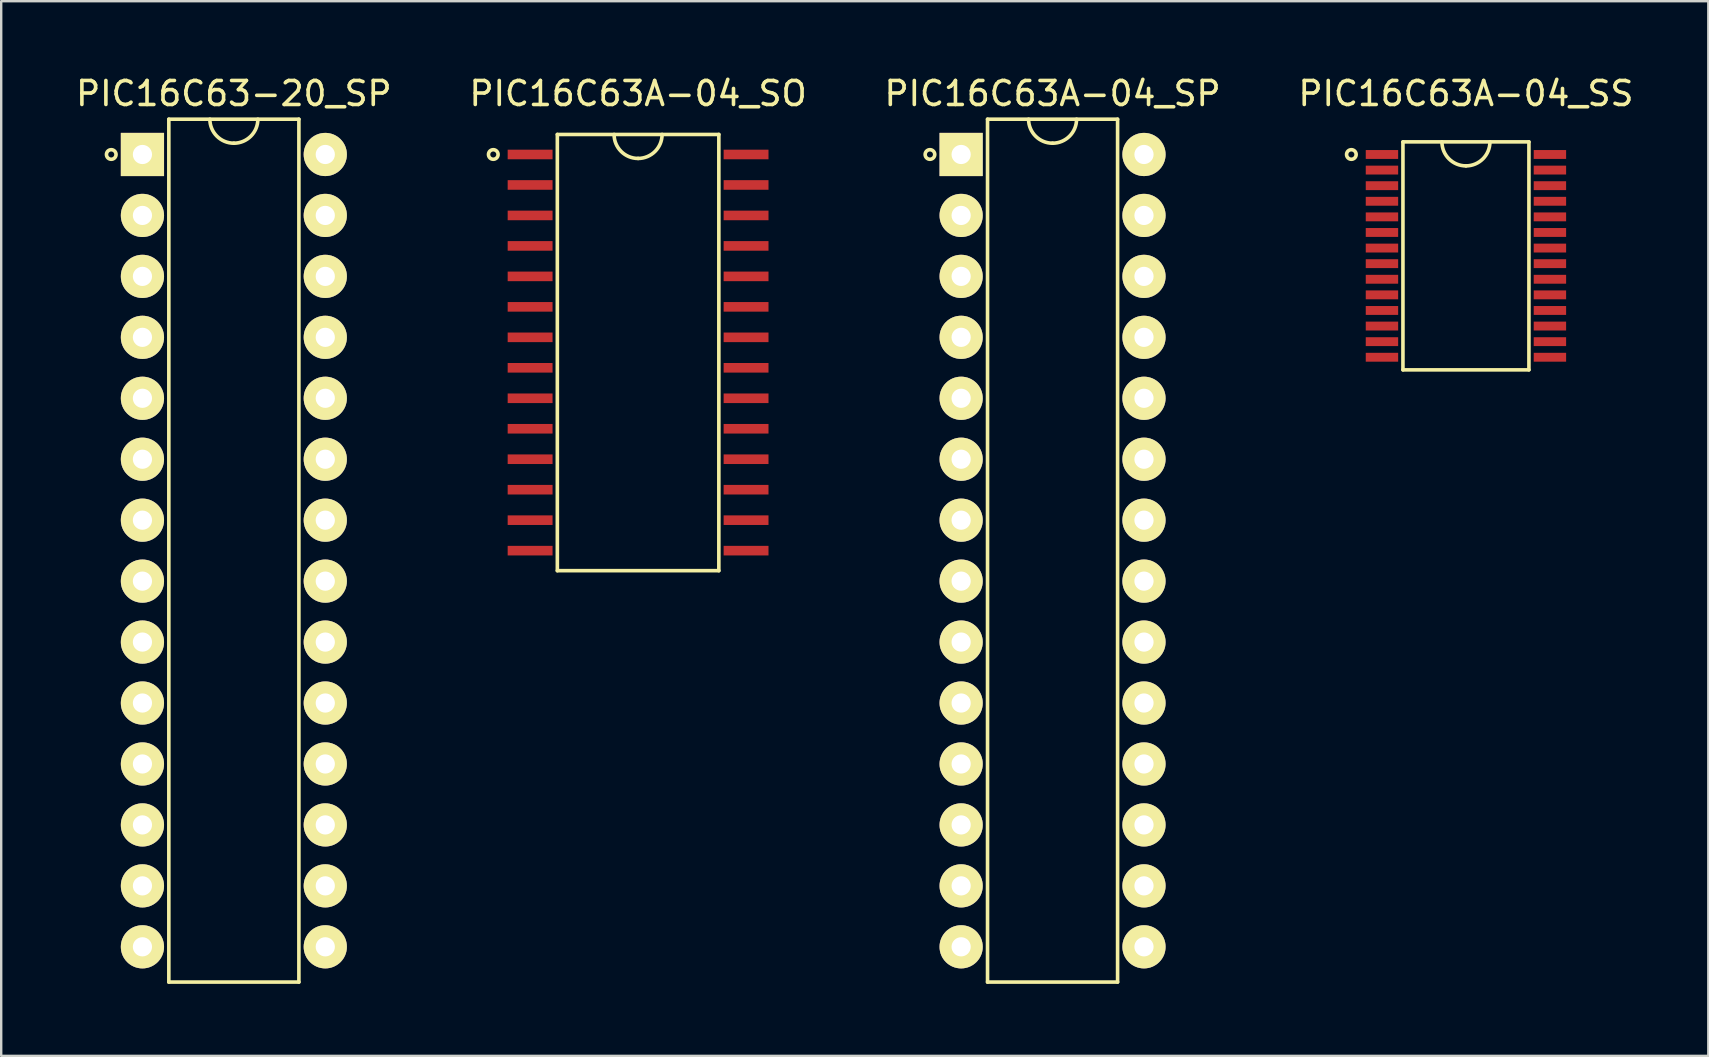
<source format=kicad_pcb>
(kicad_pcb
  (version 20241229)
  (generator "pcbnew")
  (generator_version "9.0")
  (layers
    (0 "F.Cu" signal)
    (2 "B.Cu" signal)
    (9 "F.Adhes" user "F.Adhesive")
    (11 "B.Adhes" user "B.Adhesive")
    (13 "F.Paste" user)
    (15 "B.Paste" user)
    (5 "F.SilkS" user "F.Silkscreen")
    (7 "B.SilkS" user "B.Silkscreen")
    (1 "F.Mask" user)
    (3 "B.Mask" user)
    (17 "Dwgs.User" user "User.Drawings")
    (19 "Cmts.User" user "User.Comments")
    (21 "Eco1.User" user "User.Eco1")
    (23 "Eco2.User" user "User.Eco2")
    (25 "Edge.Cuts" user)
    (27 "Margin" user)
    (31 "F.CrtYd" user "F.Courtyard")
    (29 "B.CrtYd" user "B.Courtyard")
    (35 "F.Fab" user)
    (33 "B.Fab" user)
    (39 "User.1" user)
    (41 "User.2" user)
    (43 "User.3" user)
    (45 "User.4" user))
  (footprint "PIC16C63-20_SP"
    (layer "F.Cu")
    (at 2.886 3.388)
    (property "Reference" "PIC16C63-20_SP" (at 3.81 -2.54 0) (layer "F.SilkS") (effects (font (size 1 1) (thickness 0.15))))
    (attr through_hole)
    (fp_line (start 1.1 -1.47) (end 6.52 -1.47) (stroke (width 0.15) (type solid)) (layer "F.SilkS"))
    (fp_line (start 1.1 34.49) (end 1.1 -1.47) (stroke (width 0.15) (type solid)) (layer "F.SilkS"))
    (fp_line (start 6.52 -1.47) (end 6.52 34.49) (stroke (width 0.15) (type solid)) (layer "F.SilkS"))
    (fp_line (start 6.52 34.49) (end 1.1 34.49) (stroke (width 0.15) (type solid)) (layer "F.SilkS"))
    (fp_arc (start 3.81 -0.47) (mid 3.102893 -0.762893) (end 2.81 -1.47) (stroke (width 0.15) (type solid)) (layer "F.SilkS"))
    (fp_arc (start 4.81 -1.47) (mid 4.517107 -0.762893) (end 3.81 -0.47) (stroke (width 0.15) (type solid)) (layer "F.SilkS"))
    (fp_circle (center -1.3 0) (end -1.3 0.2) (stroke (width 0.15) (type solid)) (fill no) (layer "F.SilkS"))
    (pad "1" thru_hole rect (at 0 0) (size 1.8 1.8) (drill 0.8) (layers "*.Cu" "*.Mask" "F.SilkS"))
    (pad "2" thru_hole circle (at 0 2.54) (size 1.8 1.8) (drill 0.8) (layers "*.Cu" "*.Mask" "F.SilkS"))
    (pad "3" thru_hole circle (at 0 5.08) (size 1.8 1.8) (drill 0.8) (layers "*.Cu" "*.Mask" "F.SilkS"))
    (pad "4" thru_hole circle (at 0 7.62) (size 1.8 1.8) (drill 0.8) (layers "*.Cu" "*.Mask" "F.SilkS"))
    (pad "5" thru_hole circle (at 0 10.16) (size 1.8 1.8) (drill 0.8) (layers "*.Cu" "*.Mask" "F.SilkS"))
    (pad "6" thru_hole circle (at 0 12.7) (size 1.8 1.8) (drill 0.8) (layers "*.Cu" "*.Mask" "F.SilkS"))
    (pad "7" thru_hole circle (at 0 15.24) (size 1.8 1.8) (drill 0.8) (layers "*.Cu" "*.Mask" "F.SilkS"))
    (pad "8" thru_hole circle (at 0 17.78) (size 1.8 1.8) (drill 0.8) (layers "*.Cu" "*.Mask" "F.SilkS"))
    (pad "9" thru_hole circle (at 0 20.32) (size 1.8 1.8) (drill 0.8) (layers "*.Cu" "*.Mask" "F.SilkS"))
    (pad "10" thru_hole circle (at 0 22.86) (size 1.8 1.8) (drill 0.8) (layers "*.Cu" "*.Mask" "F.SilkS"))
    (pad "11" thru_hole circle (at 0 25.4) (size 1.8 1.8) (drill 0.8) (layers "*.Cu" "*.Mask" "F.SilkS"))
    (pad "12" thru_hole circle (at 0 27.94) (size 1.8 1.8) (drill 0.8) (layers "*.Cu" "*.Mask" "F.SilkS"))
    (pad "13" thru_hole circle (at 0 30.48) (size 1.8 1.8) (drill 0.8) (layers "*.Cu" "*.Mask" "F.SilkS"))
    (pad "14" thru_hole circle (at 0 33.02) (size 1.8 1.8) (drill 0.8) (layers "*.Cu" "*.Mask" "F.SilkS"))
    (pad "15" thru_hole circle (at 7.62 33.02) (size 1.8 1.8) (drill 0.8) (layers "*.Cu" "*.Mask" "F.SilkS"))
    (pad "16" thru_hole circle (at 7.62 30.48) (size 1.8 1.8) (drill 0.8) (layers "*.Cu" "*.Mask" "F.SilkS"))
    (pad "17" thru_hole circle (at 7.62 27.94) (size 1.8 1.8) (drill 0.8) (layers "*.Cu" "*.Mask" "F.SilkS"))
    (pad "18" thru_hole circle (at 7.62 25.4) (size 1.8 1.8) (drill 0.8) (layers "*.Cu" "*.Mask" "F.SilkS"))
    (pad "19" thru_hole circle (at 7.62 22.86) (size 1.8 1.8) (drill 0.8) (layers "*.Cu" "*.Mask" "F.SilkS"))
    (pad "20" thru_hole circle (at 7.62 20.32) (size 1.8 1.8) (drill 0.8) (layers "*.Cu" "*.Mask" "F.SilkS"))
    (pad "21" thru_hole circle (at 7.62 17.78) (size 1.8 1.8) (drill 0.8) (layers "*.Cu" "*.Mask" "F.SilkS"))
    (pad "22" thru_hole circle (at 7.62 15.24) (size 1.8 1.8) (drill 0.8) (layers "*.Cu" "*.Mask" "F.SilkS"))
    (pad "23" thru_hole circle (at 7.62 12.7) (size 1.8 1.8) (drill 0.8) (layers "*.Cu" "*.Mask" "F.SilkS"))
    (pad "24" thru_hole circle (at 7.62 10.16) (size 1.8 1.8) (drill 0.8) (layers "*.Cu" "*.Mask" "F.SilkS"))
    (pad "25" thru_hole circle (at 7.62 7.62) (size 1.8 1.8) (drill 0.8) (layers "*.Cu" "*.Mask" "F.SilkS"))
    (pad "26" thru_hole circle (at 7.62 5.08) (size 1.8 1.8) (drill 0.8) (layers "*.Cu" "*.Mask" "F.SilkS"))
    (pad "27" thru_hole circle (at 7.62 2.54) (size 1.8 1.8) (drill 0.8) (layers "*.Cu" "*.Mask" "F.SilkS"))
    (pad "28" thru_hole circle (at 7.62 0) (size 1.8 1.8) (drill 0.8) (layers "*.Cu" "*.Mask" "F.SilkS")))
  (footprint "PIC16C63A-04_SS"
    (layer "F.Cu")
    (at 54.542 3.388)
    (property "Reference" "PIC16C63A-04_SS" (at 3.5 -2.54 0) (layer "F.SilkS") (effects (font (size 1 1) (thickness 0.15))))
    (attr through_hole)
    (fp_line (start 0.875 -0.525) (end 6.125 -0.525) (stroke (width 0.15) (type solid)) (layer "F.SilkS"))
    (fp_line (start 0.875 8.975) (end 0.875 -0.525) (stroke (width 0.15) (type solid)) (layer "F.SilkS"))
    (fp_line (start 6.125 -0.525) (end 6.125 8.975) (stroke (width 0.15) (type solid)) (layer "F.SilkS"))
    (fp_line (start 6.125 8.975) (end 0.875 8.975) (stroke (width 0.15) (type solid)) (layer "F.SilkS"))
    (fp_arc (start 3.5 0.475) (mid 2.792893 0.182107) (end 2.5 -0.525) (stroke (width 0.15) (type solid)) (layer "F.SilkS"))
    (fp_arc (start 4.5 -0.525) (mid 4.207107 0.182107) (end 3.5 0.475) (stroke (width 0.15) (type solid)) (layer "F.SilkS"))
    (fp_circle (center -1.275 0) (end -1.275 0.2) (stroke (width 0.15) (type solid)) (fill no) (layer "F.SilkS"))
    (pad "1" smd rect (at 0 0) (size 1.35 0.37) (layers "F.Cu" "F.Mask" "F.Paste"))
    (pad "2" smd rect (at 0 0.65) (size 1.35 0.37) (layers "F.Cu" "F.Mask" "F.Paste"))
    (pad "3" smd rect (at 0 1.3) (size 1.35 0.37) (layers "F.Cu" "F.Mask" "F.Paste"))
    (pad "4" smd rect (at 0 1.95) (size 1.35 0.37) (layers "F.Cu" "F.Mask" "F.Paste"))
    (pad "5" smd rect (at 0 2.6) (size 1.35 0.37) (layers "F.Cu" "F.Mask" "F.Paste"))
    (pad "6" smd rect (at 0 3.25) (size 1.35 0.37) (layers "F.Cu" "F.Mask" "F.Paste"))
    (pad "7" smd rect (at 0 3.9) (size 1.35 0.37) (layers "F.Cu" "F.Mask" "F.Paste"))
    (pad "8" smd rect (at 0 4.55) (size 1.35 0.37) (layers "F.Cu" "F.Mask" "F.Paste"))
    (pad "9" smd rect (at 0 5.2) (size 1.35 0.37) (layers "F.Cu" "F.Mask" "F.Paste"))
    (pad "10" smd rect (at 0 5.85) (size 1.35 0.37) (layers "F.Cu" "F.Mask" "F.Paste"))
    (pad "11" smd rect (at 0 6.5) (size 1.35 0.37) (layers "F.Cu" "F.Mask" "F.Paste"))
    (pad "12" smd rect (at 0 7.15) (size 1.35 0.37) (layers "F.Cu" "F.Mask" "F.Paste"))
    (pad "13" smd rect (at 0 7.8) (size 1.35 0.37) (layers "F.Cu" "F.Mask" "F.Paste"))
    (pad "14" smd rect (at 0 8.45) (size 1.35 0.37) (layers "F.Cu" "F.Mask" "F.Paste"))
    (pad "15" smd rect (at 7 8.45) (size 1.35 0.37) (layers "F.Cu" "F.Mask" "F.Paste"))
    (pad "16" smd rect (at 7 7.8) (size 1.35 0.37) (layers "F.Cu" "F.Mask" "F.Paste"))
    (pad "17" smd rect (at 7 7.15) (size 1.35 0.37) (layers "F.Cu" "F.Mask" "F.Paste"))
    (pad "18" smd rect (at 7 6.5) (size 1.35 0.37) (layers "F.Cu" "F.Mask" "F.Paste"))
    (pad "19" smd rect (at 7 5.85) (size 1.35 0.37) (layers "F.Cu" "F.Mask" "F.Paste"))
    (pad "20" smd rect (at 7 5.2) (size 1.35 0.37) (layers "F.Cu" "F.Mask" "F.Paste"))
    (pad "21" smd rect (at 7 4.55) (size 1.35 0.37) (layers "F.Cu" "F.Mask" "F.Paste"))
    (pad "22" smd rect (at 7 3.9) (size 1.35 0.37) (layers "F.Cu" "F.Mask" "F.Paste"))
    (pad "23" smd rect (at 7 3.25) (size 1.35 0.37) (layers "F.Cu" "F.Mask" "F.Paste"))
    (pad "24" smd rect (at 7 2.6) (size 1.35 0.37) (layers "F.Cu" "F.Mask" "F.Paste"))
    (pad "25" smd rect (at 7 1.95) (size 1.35 0.37) (layers "F.Cu" "F.Mask" "F.Paste"))
    (pad "26" smd rect (at 7 1.3) (size 1.35 0.37) (layers "F.Cu" "F.Mask" "F.Paste"))
    (pad "27" smd rect (at 7 0.65) (size 1.35 0.37) (layers "F.Cu" "F.Mask" "F.Paste"))
    (pad "28" smd rect (at 7 0) (size 1.35 0.37) (layers "F.Cu" "F.Mask" "F.Paste")))
  (footprint "PIC16C63A-04_SP"
    (layer "F.Cu")
    (at 37.005 3.388)
    (property "Reference" "PIC16C63A-04_SP" (at 3.81 -2.54 0) (layer "F.SilkS") (effects (font (size 1 1) (thickness 0.15))))
    (attr through_hole)
    (fp_line (start 1.1 -1.47) (end 6.52 -1.47) (stroke (width 0.15) (type solid)) (layer "F.SilkS"))
    (fp_line (start 1.1 34.49) (end 1.1 -1.47) (stroke (width 0.15) (type solid)) (layer "F.SilkS"))
    (fp_line (start 6.52 -1.47) (end 6.52 34.49) (stroke (width 0.15) (type solid)) (layer "F.SilkS"))
    (fp_line (start 6.52 34.49) (end 1.1 34.49) (stroke (width 0.15) (type solid)) (layer "F.SilkS"))
    (fp_arc (start 3.81 -0.47) (mid 3.102893 -0.762893) (end 2.81 -1.47) (stroke (width 0.15) (type solid)) (layer "F.SilkS"))
    (fp_arc (start 4.81 -1.47) (mid 4.517107 -0.762893) (end 3.81 -0.47) (stroke (width 0.15) (type solid)) (layer "F.SilkS"))
    (fp_circle (center -1.3 0) (end -1.3 0.2) (stroke (width 0.15) (type solid)) (fill no) (layer "F.SilkS"))
    (pad "1" thru_hole rect (at 0 0) (size 1.8 1.8) (drill 0.8) (layers "*.Cu" "*.Mask" "F.SilkS"))
    (pad "2" thru_hole circle (at 0 2.54) (size 1.8 1.8) (drill 0.8) (layers "*.Cu" "*.Mask" "F.SilkS"))
    (pad "3" thru_hole circle (at 0 5.08) (size 1.8 1.8) (drill 0.8) (layers "*.Cu" "*.Mask" "F.SilkS"))
    (pad "4" thru_hole circle (at 0 7.62) (size 1.8 1.8) (drill 0.8) (layers "*.Cu" "*.Mask" "F.SilkS"))
    (pad "5" thru_hole circle (at 0 10.16) (size 1.8 1.8) (drill 0.8) (layers "*.Cu" "*.Mask" "F.SilkS"))
    (pad "6" thru_hole circle (at 0 12.7) (size 1.8 1.8) (drill 0.8) (layers "*.Cu" "*.Mask" "F.SilkS"))
    (pad "7" thru_hole circle (at 0 15.24) (size 1.8 1.8) (drill 0.8) (layers "*.Cu" "*.Mask" "F.SilkS"))
    (pad "8" thru_hole circle (at 0 17.78) (size 1.8 1.8) (drill 0.8) (layers "*.Cu" "*.Mask" "F.SilkS"))
    (pad "9" thru_hole circle (at 0 20.32) (size 1.8 1.8) (drill 0.8) (layers "*.Cu" "*.Mask" "F.SilkS"))
    (pad "10" thru_hole circle (at 0 22.86) (size 1.8 1.8) (drill 0.8) (layers "*.Cu" "*.Mask" "F.SilkS"))
    (pad "11" thru_hole circle (at 0 25.4) (size 1.8 1.8) (drill 0.8) (layers "*.Cu" "*.Mask" "F.SilkS"))
    (pad "12" thru_hole circle (at 0 27.94) (size 1.8 1.8) (drill 0.8) (layers "*.Cu" "*.Mask" "F.SilkS"))
    (pad "13" thru_hole circle (at 0 30.48) (size 1.8 1.8) (drill 0.8) (layers "*.Cu" "*.Mask" "F.SilkS"))
    (pad "14" thru_hole circle (at 0 33.02) (size 1.8 1.8) (drill 0.8) (layers "*.Cu" "*.Mask" "F.SilkS"))
    (pad "15" thru_hole circle (at 7.62 33.02) (size 1.8 1.8) (drill 0.8) (layers "*.Cu" "*.Mask" "F.SilkS"))
    (pad "16" thru_hole circle (at 7.62 30.48) (size 1.8 1.8) (drill 0.8) (layers "*.Cu" "*.Mask" "F.SilkS"))
    (pad "17" thru_hole circle (at 7.62 27.94) (size 1.8 1.8) (drill 0.8) (layers "*.Cu" "*.Mask" "F.SilkS"))
    (pad "18" thru_hole circle (at 7.62 25.4) (size 1.8 1.8) (drill 0.8) (layers "*.Cu" "*.Mask" "F.SilkS"))
    (pad "19" thru_hole circle (at 7.62 22.86) (size 1.8 1.8) (drill 0.8) (layers "*.Cu" "*.Mask" "F.SilkS"))
    (pad "20" thru_hole circle (at 7.62 20.32) (size 1.8 1.8) (drill 0.8) (layers "*.Cu" "*.Mask" "F.SilkS"))
    (pad "21" thru_hole circle (at 7.62 17.78) (size 1.8 1.8) (drill 0.8) (layers "*.Cu" "*.Mask" "F.SilkS"))
    (pad "22" thru_hole circle (at 7.62 15.24) (size 1.8 1.8) (drill 0.8) (layers "*.Cu" "*.Mask" "F.SilkS"))
    (pad "23" thru_hole circle (at 7.62 12.7) (size 1.8 1.8) (drill 0.8) (layers "*.Cu" "*.Mask" "F.SilkS"))
    (pad "24" thru_hole circle (at 7.62 10.16) (size 1.8 1.8) (drill 0.8) (layers "*.Cu" "*.Mask" "F.SilkS"))
    (pad "25" thru_hole circle (at 7.62 7.62) (size 1.8 1.8) (drill 0.8) (layers "*.Cu" "*.Mask" "F.SilkS"))
    (pad "26" thru_hole circle (at 7.62 5.08) (size 1.8 1.8) (drill 0.8) (layers "*.Cu" "*.Mask" "F.SilkS"))
    (pad "27" thru_hole circle (at 7.62 2.54) (size 1.8 1.8) (drill 0.8) (layers "*.Cu" "*.Mask" "F.SilkS"))
    (pad "28" thru_hole circle (at 7.62 0) (size 1.8 1.8) (drill 0.8) (layers "*.Cu" "*.Mask" "F.SilkS")))
  (footprint "PIC16C63A-04_SO"
    (layer "F.Cu")
    (at 19.042 3.388)
    (property "Reference" "PIC16C63A-04_SO" (at 4.5 -2.54 0) (layer "F.SilkS") (effects (font (size 1 1) (thickness 0.15))))
    (attr through_hole)
    (fp_line (start 1.135 -0.835) (end 7.865 -0.835) (stroke (width 0.15) (type solid)) (layer "F.SilkS"))
    (fp_line (start 1.135 17.345) (end 1.135 -0.835) (stroke (width 0.15) (type solid)) (layer "F.SilkS"))
    (fp_line (start 7.865 -0.835) (end 7.865 17.345) (stroke (width 0.15) (type solid)) (layer "F.SilkS"))
    (fp_line (start 7.865 17.345) (end 1.135 17.345) (stroke (width 0.15) (type solid)) (layer "F.SilkS"))
    (fp_arc (start 4.5 0.165) (mid 3.792893 -0.127893) (end 3.5 -0.835) (stroke (width 0.15) (type solid)) (layer "F.SilkS"))
    (fp_arc (start 5.5 -0.835) (mid 5.207107 -0.127893) (end 4.5 0.165) (stroke (width 0.15) (type solid)) (layer "F.SilkS"))
    (fp_circle (center -1.535 0) (end -1.535 0.2) (stroke (width 0.15) (type solid)) (fill no) (layer "F.SilkS"))
    (pad "1" smd rect (at 0 0) (size 1.87 0.4) (layers "F.Cu" "F.Mask" "F.Paste"))
    (pad "2" smd rect (at 0 1.27) (size 1.87 0.4) (layers "F.Cu" "F.Mask" "F.Paste"))
    (pad "3" smd rect (at 0 2.54) (size 1.87 0.4) (layers "F.Cu" "F.Mask" "F.Paste"))
    (pad "4" smd rect (at 0 3.81) (size 1.87 0.4) (layers "F.Cu" "F.Mask" "F.Paste"))
    (pad "5" smd rect (at 0 5.08) (size 1.87 0.4) (layers "F.Cu" "F.Mask" "F.Paste"))
    (pad "6" smd rect (at 0 6.35) (size 1.87 0.4) (layers "F.Cu" "F.Mask" "F.Paste"))
    (pad "7" smd rect (at 0 7.62) (size 1.87 0.4) (layers "F.Cu" "F.Mask" "F.Paste"))
    (pad "8" smd rect (at 0 8.89) (size 1.87 0.4) (layers "F.Cu" "F.Mask" "F.Paste"))
    (pad "9" smd rect (at 0 10.16) (size 1.87 0.4) (layers "F.Cu" "F.Mask" "F.Paste"))
    (pad "10" smd rect (at 0 11.43) (size 1.87 0.4) (layers "F.Cu" "F.Mask" "F.Paste"))
    (pad "11" smd rect (at 0 12.7) (size 1.87 0.4) (layers "F.Cu" "F.Mask" "F.Paste"))
    (pad "12" smd rect (at 0 13.97) (size 1.87 0.4) (layers "F.Cu" "F.Mask" "F.Paste"))
    (pad "13" smd rect (at 0 15.24) (size 1.87 0.4) (layers "F.Cu" "F.Mask" "F.Paste"))
    (pad "14" smd rect (at 0 16.51) (size 1.87 0.4) (layers "F.Cu" "F.Mask" "F.Paste"))
    (pad "15" smd rect (at 9 16.51) (size 1.87 0.4) (layers "F.Cu" "F.Mask" "F.Paste"))
    (pad "16" smd rect (at 9 15.24) (size 1.87 0.4) (layers "F.Cu" "F.Mask" "F.Paste"))
    (pad "17" smd rect (at 9 13.97) (size 1.87 0.4) (layers "F.Cu" "F.Mask" "F.Paste"))
    (pad "18" smd rect (at 9 12.7) (size 1.87 0.4) (layers "F.Cu" "F.Mask" "F.Paste"))
    (pad "19" smd rect (at 9 11.43) (size 1.87 0.4) (layers "F.Cu" "F.Mask" "F.Paste"))
    (pad "20" smd rect (at 9 10.16) (size 1.87 0.4) (layers "F.Cu" "F.Mask" "F.Paste"))
    (pad "21" smd rect (at 9 8.89) (size 1.87 0.4) (layers "F.Cu" "F.Mask" "F.Paste"))
    (pad "22" smd rect (at 9 7.62) (size 1.87 0.4) (layers "F.Cu" "F.Mask" "F.Paste"))
    (pad "23" smd rect (at 9 6.35) (size 1.87 0.4) (layers "F.Cu" "F.Mask" "F.Paste"))
    (pad "24" smd rect (at 9 5.08) (size 1.87 0.4) (layers "F.Cu" "F.Mask" "F.Paste"))
    (pad "25" smd rect (at 9 3.81) (size 1.87 0.4) (layers "F.Cu" "F.Mask" "F.Paste"))
    (pad "26" smd rect (at 9 2.54) (size 1.87 0.4) (layers "F.Cu" "F.Mask" "F.Paste"))
    (pad "27" smd rect (at 9 1.27) (size 1.87 0.4) (layers "F.Cu" "F.Mask" "F.Paste"))
    (pad "28" smd rect (at 9 0) (size 1.87 0.4) (layers "F.Cu" "F.Mask" "F.Paste")))
  (gr_rect
    (start -3 -3)
    (end 68.143 40.953)
    (stroke (width 0.1) (type default))
    (fill no)
    (layer "Edge.Cuts")))
</source>
